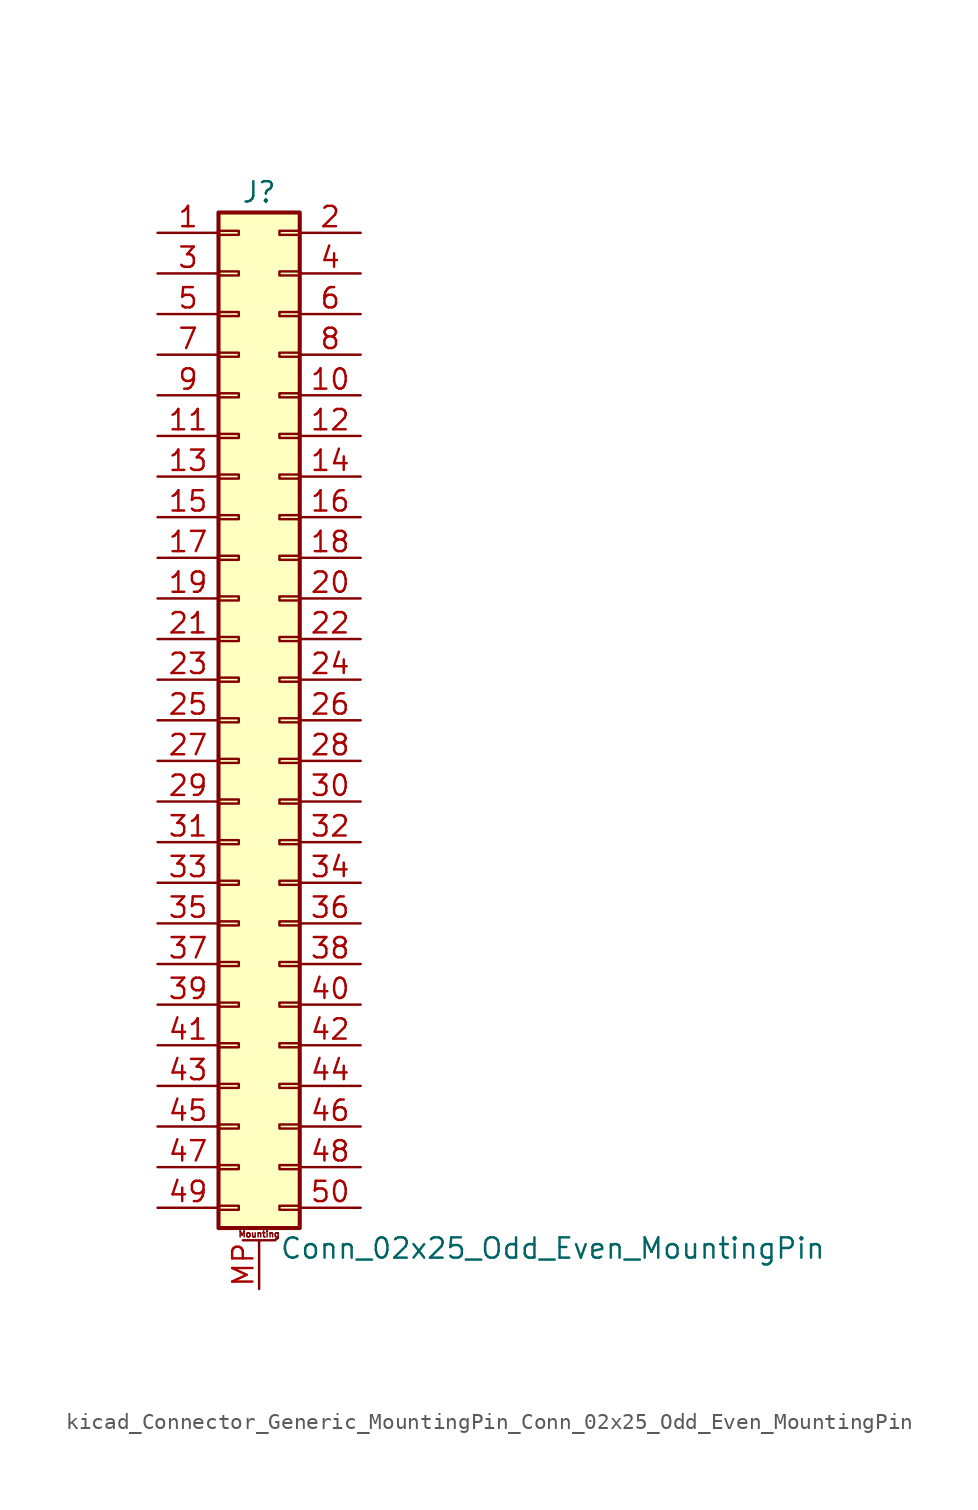
<source format=kicad_sym>
(kicad_symbol_lib
  (version 20220914)
  (generator kicad_symbol_editor)
  (symbol "kicad_Connector_Generic_MountingPin_Conn_02x25_Odd_Even_MountingPin"
    (pin_names
      (offset 1.016) hide)
    (property "Reference" "J"
      (at 1.27 33.02 0)
      (effects (font (size 1.27 1.27))))
    (property "Value" "Conn_02x25_Odd_Even_MountingPin"
      (at 2.54 -33.02 0)
      (effects (font (size 1.27 1.27)) (justify left)))
    (symbol "kicad_Connector_Generic_MountingPin_Conn_02x25_Odd_Even_MountingPin_1_1"
      (rectangle (start -1.27 -30.353) (end 0 -30.607) (stroke (width 0.152) (type default)) (fill (type none)))
      (rectangle (start -1.27 -27.813) (end 0 -28.067) (stroke (width 0.152) (type default)) (fill (type none)))
      (rectangle (start -1.27 -25.273) (end 0 -25.527) (stroke (width 0.152) (type default)) (fill (type none)))
      (rectangle (start -1.27 -22.733) (end 0 -22.987) (stroke (width 0.152) (type default)) (fill (type none)))
      (rectangle (start -1.27 -20.193) (end 0 -20.447) (stroke (width 0.152) (type default)) (fill (type none)))
      (rectangle (start -1.27 -17.653) (end 0 -17.907) (stroke (width 0.152) (type default)) (fill (type none)))
      (rectangle (start -1.27 -15.113) (end 0 -15.367) (stroke (width 0.152) (type default)) (fill (type none)))
      (rectangle (start -1.27 -12.573) (end 0 -12.827) (stroke (width 0.152) (type default)) (fill (type none)))
      (rectangle (start -1.27 -10.033) (end 0 -10.287) (stroke (width 0.152) (type default)) (fill (type none)))
      (rectangle (start -1.27 -7.493) (end 0 -7.747) (stroke (width 0.152) (type default)) (fill (type none)))
      (rectangle (start -1.27 -4.953) (end 0 -5.207) (stroke (width 0.152) (type default)) (fill (type none)))
      (rectangle (start -1.27 -2.413) (end 0 -2.667) (stroke (width 0.152) (type default)) (fill (type none)))
      (rectangle (start -1.27 0.127) (end 0 -0.127) (stroke (width 0.152) (type default)) (fill (type none)))
      (rectangle (start -1.27 2.667) (end 0 2.413) (stroke (width 0.152) (type default)) (fill (type none)))
      (rectangle (start -1.27 5.207) (end 0 4.953) (stroke (width 0.152) (type default)) (fill (type none)))
      (rectangle (start -1.27 7.747) (end 0 7.493) (stroke (width 0.152) (type default)) (fill (type none)))
      (rectangle (start -1.27 10.287) (end 0 10.033) (stroke (width 0.152) (type default)) (fill (type none)))
      (rectangle (start -1.27 12.827) (end 0 12.573) (stroke (width 0.152) (type default)) (fill (type none)))
      (rectangle (start -1.27 15.367) (end 0 15.113) (stroke (width 0.152) (type default)) (fill (type none)))
      (rectangle (start -1.27 17.907) (end 0 17.653) (stroke (width 0.152) (type default)) (fill (type none)))
      (rectangle (start -1.27 20.447) (end 0 20.193) (stroke (width 0.152) (type default)) (fill (type none)))
      (rectangle (start -1.27 22.987) (end 0 22.733) (stroke (width 0.152) (type default)) (fill (type none)))
      (rectangle (start -1.27 25.527) (end 0 25.273) (stroke (width 0.152) (type default)) (fill (type none)))
      (rectangle (start -1.27 28.067) (end 0 27.813) (stroke (width 0.152) (type default)) (fill (type none)))
      (rectangle (start -1.27 30.607) (end 0 30.353) (stroke (width 0.152) (type default)) (fill (type none)))
      (rectangle (start -1.27 31.75) (end 3.81 -31.75) (stroke (width 0.254) (type default)) (fill (type background)))
      (polyline (pts (xy 0.254 -32.512) (xy 2.286 -32.512)) (stroke (width 0.152) (type default)) (fill (type none)))
      (rectangle (start 3.81 -30.353) (end 2.54 -30.607) (stroke (width 0.152) (type default)) (fill (type none)))
      (rectangle (start 3.81 -27.813) (end 2.54 -28.067) (stroke (width 0.152) (type default)) (fill (type none)))
      (rectangle (start 3.81 -25.273) (end 2.54 -25.527) (stroke (width 0.152) (type default)) (fill (type none)))
      (rectangle (start 3.81 -22.733) (end 2.54 -22.987) (stroke (width 0.152) (type default)) (fill (type none)))
      (rectangle (start 3.81 -20.193) (end 2.54 -20.447) (stroke (width 0.152) (type default)) (fill (type none)))
      (rectangle (start 3.81 -17.653) (end 2.54 -17.907) (stroke (width 0.152) (type default)) (fill (type none)))
      (rectangle (start 3.81 -15.113) (end 2.54 -15.367) (stroke (width 0.152) (type default)) (fill (type none)))
      (rectangle (start 3.81 -12.573) (end 2.54 -12.827) (stroke (width 0.152) (type default)) (fill (type none)))
      (rectangle (start 3.81 -10.033) (end 2.54 -10.287) (stroke (width 0.152) (type default)) (fill (type none)))
      (rectangle (start 3.81 -7.493) (end 2.54 -7.747) (stroke (width 0.152) (type default)) (fill (type none)))
      (rectangle (start 3.81 -4.953) (end 2.54 -5.207) (stroke (width 0.152) (type default)) (fill (type none)))
      (rectangle (start 3.81 -2.413) (end 2.54 -2.667) (stroke (width 0.152) (type default)) (fill (type none)))
      (rectangle (start 3.81 0.127) (end 2.54 -0.127) (stroke (width 0.152) (type default)) (fill (type none)))
      (rectangle (start 3.81 2.667) (end 2.54 2.413) (stroke (width 0.152) (type default)) (fill (type none)))
      (rectangle (start 3.81 5.207) (end 2.54 4.953) (stroke (width 0.152) (type default)) (fill (type none)))
      (rectangle (start 3.81 7.747) (end 2.54 7.493) (stroke (width 0.152) (type default)) (fill (type none)))
      (rectangle (start 3.81 10.287) (end 2.54 10.033) (stroke (width 0.152) (type default)) (fill (type none)))
      (rectangle (start 3.81 12.827) (end 2.54 12.573) (stroke (width 0.152) (type default)) (fill (type none)))
      (rectangle (start 3.81 15.367) (end 2.54 15.113) (stroke (width 0.152) (type default)) (fill (type none)))
      (rectangle (start 3.81 17.907) (end 2.54 17.653) (stroke (width 0.152) (type default)) (fill (type none)))
      (rectangle (start 3.81 20.447) (end 2.54 20.193) (stroke (width 0.152) (type default)) (fill (type none)))
      (rectangle (start 3.81 22.987) (end 2.54 22.733) (stroke (width 0.152) (type default)) (fill (type none)))
      (rectangle (start 3.81 25.527) (end 2.54 25.273) (stroke (width 0.152) (type default)) (fill (type none)))
      (rectangle (start 3.81 28.067) (end 2.54 27.813) (stroke (width 0.152) (type default)) (fill (type none)))
      (rectangle (start 3.81 30.607) (end 2.54 30.353) (stroke (width 0.152) (type default)) (fill (type none)))
      (text "Mounting" (at 1.27 -32.131 0) (effects (font (size 0.381 0.381))))
      (pin passive line (at -5.08 30.48 0) (length 3.81) (name "Pin_1" (effects (font (size 1.27 1.27)))) (number "1" (effects (font (size 1.27 1.27)))))
      (pin passive line (at 7.62 20.32 180) (length 3.81) (name "Pin_10" (effects (font (size 1.27 1.27)))) (number "10" (effects (font (size 1.27 1.27)))))
      (pin passive line (at -5.08 17.78 0) (length 3.81) (name "Pin_11" (effects (font (size 1.27 1.27)))) (number "11" (effects (font (size 1.27 1.27)))))
      (pin passive line (at 7.62 17.78 180) (length 3.81) (name "Pin_12" (effects (font (size 1.27 1.27)))) (number "12" (effects (font (size 1.27 1.27)))))
      (pin passive line (at -5.08 15.24 0) (length 3.81) (name "Pin_13" (effects (font (size 1.27 1.27)))) (number "13" (effects (font (size 1.27 1.27)))))
      (pin passive line (at 7.62 15.24 180) (length 3.81) (name "Pin_14" (effects (font (size 1.27 1.27)))) (number "14" (effects (font (size 1.27 1.27)))))
      (pin passive line (at -5.08 12.7 0) (length 3.81) (name "Pin_15" (effects (font (size 1.27 1.27)))) (number "15" (effects (font (size 1.27 1.27)))))
      (pin passive line (at 7.62 12.7 180) (length 3.81) (name "Pin_16" (effects (font (size 1.27 1.27)))) (number "16" (effects (font (size 1.27 1.27)))))
      (pin passive line (at -5.08 10.16 0) (length 3.81) (name "Pin_17" (effects (font (size 1.27 1.27)))) (number "17" (effects (font (size 1.27 1.27)))))
      (pin passive line (at 7.62 10.16 180) (length 3.81) (name "Pin_18" (effects (font (size 1.27 1.27)))) (number "18" (effects (font (size 1.27 1.27)))))
      (pin passive line (at -5.08 7.62 0) (length 3.81) (name "Pin_19" (effects (font (size 1.27 1.27)))) (number "19" (effects (font (size 1.27 1.27)))))
      (pin passive line (at 7.62 30.48 180) (length 3.81) (name "Pin_2" (effects (font (size 1.27 1.27)))) (number "2" (effects (font (size 1.27 1.27)))))
      (pin passive line (at 7.62 7.62 180) (length 3.81) (name "Pin_20" (effects (font (size 1.27 1.27)))) (number "20" (effects (font (size 1.27 1.27)))))
      (pin passive line (at -5.08 5.08 0) (length 3.81) (name "Pin_21" (effects (font (size 1.27 1.27)))) (number "21" (effects (font (size 1.27 1.27)))))
      (pin passive line (at 7.62 5.08 180) (length 3.81) (name "Pin_22" (effects (font (size 1.27 1.27)))) (number "22" (effects (font (size 1.27 1.27)))))
      (pin passive line (at -5.08 2.54 0) (length 3.81) (name "Pin_23" (effects (font (size 1.27 1.27)))) (number "23" (effects (font (size 1.27 1.27)))))
      (pin passive line (at 7.62 2.54 180) (length 3.81) (name "Pin_24" (effects (font (size 1.27 1.27)))) (number "24" (effects (font (size 1.27 1.27)))))
      (pin passive line (at -5.08 0 0) (length 3.81) (name "Pin_25" (effects (font (size 1.27 1.27)))) (number "25" (effects (font (size 1.27 1.27)))))
      (pin passive line (at 7.62 0 180) (length 3.81) (name "Pin_26" (effects (font (size 1.27 1.27)))) (number "26" (effects (font (size 1.27 1.27)))))
      (pin passive line (at -5.08 -2.54 0) (length 3.81) (name "Pin_27" (effects (font (size 1.27 1.27)))) (number "27" (effects (font (size 1.27 1.27)))))
      (pin passive line (at 7.62 -2.54 180) (length 3.81) (name "Pin_28" (effects (font (size 1.27 1.27)))) (number "28" (effects (font (size 1.27 1.27)))))
      (pin passive line (at -5.08 -5.08 0) (length 3.81) (name "Pin_29" (effects (font (size 1.27 1.27)))) (number "29" (effects (font (size 1.27 1.27)))))
      (pin passive line (at -5.08 27.94 0) (length 3.81) (name "Pin_3" (effects (font (size 1.27 1.27)))) (number "3" (effects (font (size 1.27 1.27)))))
      (pin passive line (at 7.62 -5.08 180) (length 3.81) (name "Pin_30" (effects (font (size 1.27 1.27)))) (number "30" (effects (font (size 1.27 1.27)))))
      (pin passive line (at -5.08 -7.62 0) (length 3.81) (name "Pin_31" (effects (font (size 1.27 1.27)))) (number "31" (effects (font (size 1.27 1.27)))))
      (pin passive line (at 7.62 -7.62 180) (length 3.81) (name "Pin_32" (effects (font (size 1.27 1.27)))) (number "32" (effects (font (size 1.27 1.27)))))
      (pin passive line (at -5.08 -10.16 0) (length 3.81) (name "Pin_33" (effects (font (size 1.27 1.27)))) (number "33" (effects (font (size 1.27 1.27)))))
      (pin passive line (at 7.62 -10.16 180) (length 3.81) (name "Pin_34" (effects (font (size 1.27 1.27)))) (number "34" (effects (font (size 1.27 1.27)))))
      (pin passive line (at -5.08 -12.7 0) (length 3.81) (name "Pin_35" (effects (font (size 1.27 1.27)))) (number "35" (effects (font (size 1.27 1.27)))))
      (pin passive line (at 7.62 -12.7 180) (length 3.81) (name "Pin_36" (effects (font (size 1.27 1.27)))) (number "36" (effects (font (size 1.27 1.27)))))
      (pin passive line (at -5.08 -15.24 0) (length 3.81) (name "Pin_37" (effects (font (size 1.27 1.27)))) (number "37" (effects (font (size 1.27 1.27)))))
      (pin passive line (at 7.62 -15.24 180) (length 3.81) (name "Pin_38" (effects (font (size 1.27 1.27)))) (number "38" (effects (font (size 1.27 1.27)))))
      (pin passive line (at -5.08 -17.78 0) (length 3.81) (name "Pin_39" (effects (font (size 1.27 1.27)))) (number "39" (effects (font (size 1.27 1.27)))))
      (pin passive line (at 7.62 27.94 180) (length 3.81) (name "Pin_4" (effects (font (size 1.27 1.27)))) (number "4" (effects (font (size 1.27 1.27)))))
      (pin passive line (at 7.62 -17.78 180) (length 3.81) (name "Pin_40" (effects (font (size 1.27 1.27)))) (number "40" (effects (font (size 1.27 1.27)))))
      (pin passive line (at -5.08 -20.32 0) (length 3.81) (name "Pin_41" (effects (font (size 1.27 1.27)))) (number "41" (effects (font (size 1.27 1.27)))))
      (pin passive line (at 7.62 -20.32 180) (length 3.81) (name "Pin_42" (effects (font (size 1.27 1.27)))) (number "42" (effects (font (size 1.27 1.27)))))
      (pin passive line (at -5.08 -22.86 0) (length 3.81) (name "Pin_43" (effects (font (size 1.27 1.27)))) (number "43" (effects (font (size 1.27 1.27)))))
      (pin passive line (at 7.62 -22.86 180) (length 3.81) (name "Pin_44" (effects (font (size 1.27 1.27)))) (number "44" (effects (font (size 1.27 1.27)))))
      (pin passive line (at -5.08 -25.4 0) (length 3.81) (name "Pin_45" (effects (font (size 1.27 1.27)))) (number "45" (effects (font (size 1.27 1.27)))))
      (pin passive line (at 7.62 -25.4 180) (length 3.81) (name "Pin_46" (effects (font (size 1.27 1.27)))) (number "46" (effects (font (size 1.27 1.27)))))
      (pin passive line (at -5.08 -27.94 0) (length 3.81) (name "Pin_47" (effects (font (size 1.27 1.27)))) (number "47" (effects (font (size 1.27 1.27)))))
      (pin passive line (at 7.62 -27.94 180) (length 3.81) (name "Pin_48" (effects (font (size 1.27 1.27)))) (number "48" (effects (font (size 1.27 1.27)))))
      (pin passive line (at -5.08 -30.48 0) (length 3.81) (name "Pin_49" (effects (font (size 1.27 1.27)))) (number "49" (effects (font (size 1.27 1.27)))))
      (pin passive line (at -5.08 25.4 0) (length 3.81) (name "Pin_5" (effects (font (size 1.27 1.27)))) (number "5" (effects (font (size 1.27 1.27)))))
      (pin passive line (at 7.62 -30.48 180) (length 3.81) (name "Pin_50" (effects (font (size 1.27 1.27)))) (number "50" (effects (font (size 1.27 1.27)))))
      (pin passive line (at 7.62 25.4 180) (length 3.81) (name "Pin_6" (effects (font (size 1.27 1.27)))) (number "6" (effects (font (size 1.27 1.27)))))
      (pin passive line (at -5.08 22.86 0) (length 3.81) (name "Pin_7" (effects (font (size 1.27 1.27)))) (number "7" (effects (font (size 1.27 1.27)))))
      (pin passive line (at 7.62 22.86 180) (length 3.81) (name "Pin_8" (effects (font (size 1.27 1.27)))) (number "8" (effects (font (size 1.27 1.27)))))
      (pin passive line (at -5.08 20.32 0) (length 3.81) (name "Pin_9" (effects (font (size 1.27 1.27)))) (number "9" (effects (font (size 1.27 1.27)))))
      (pin passive line (at 1.27 -35.56 90) (length 3.048) (name "MountPin" (effects (font (size 1.27 1.27)))) (number "MP" (effects (font (size 1.27 1.27))))))))
</source>
